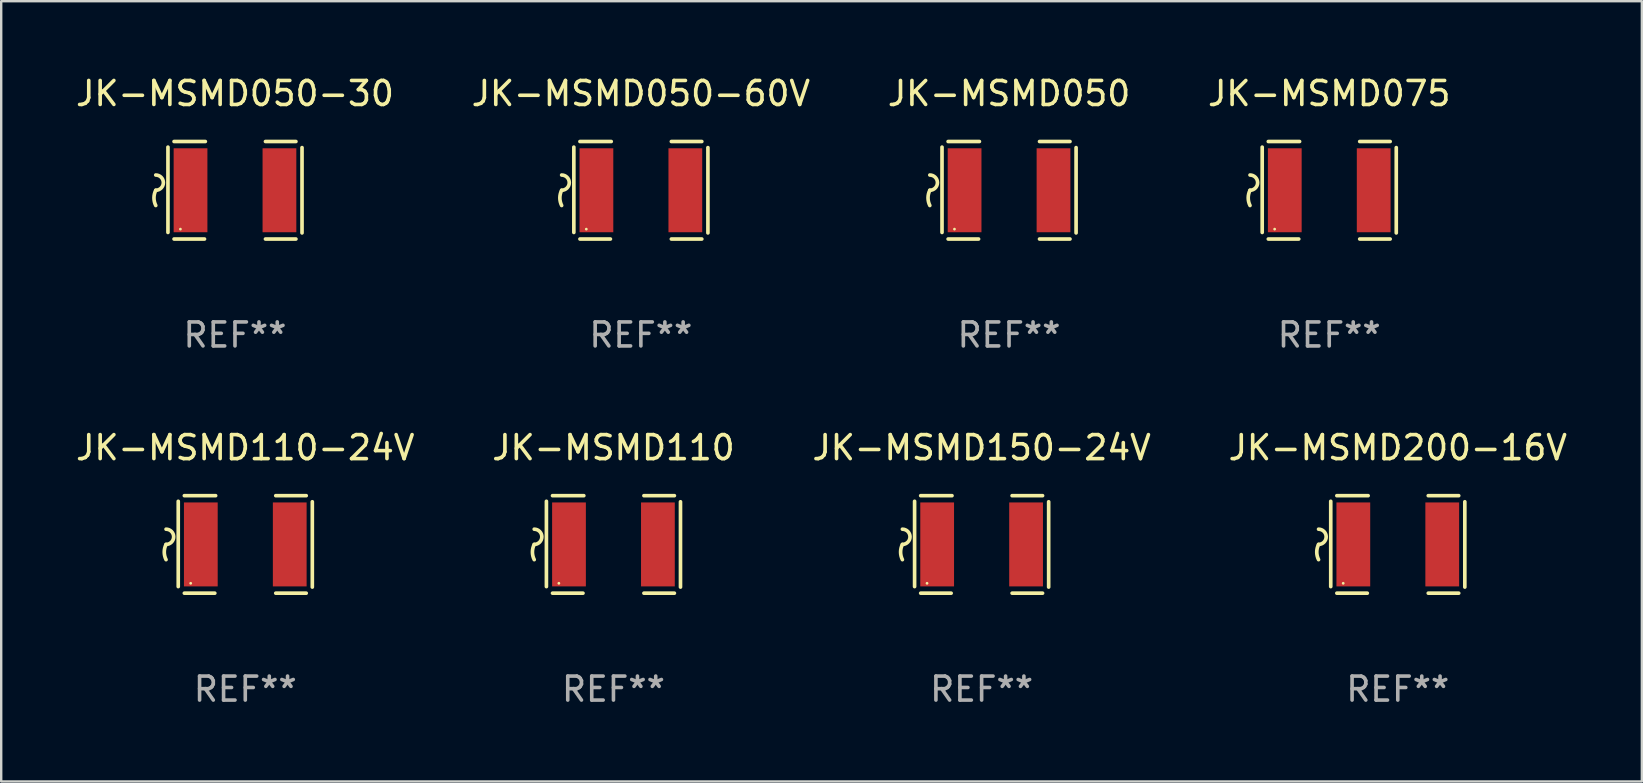
<source format=kicad_pcb>
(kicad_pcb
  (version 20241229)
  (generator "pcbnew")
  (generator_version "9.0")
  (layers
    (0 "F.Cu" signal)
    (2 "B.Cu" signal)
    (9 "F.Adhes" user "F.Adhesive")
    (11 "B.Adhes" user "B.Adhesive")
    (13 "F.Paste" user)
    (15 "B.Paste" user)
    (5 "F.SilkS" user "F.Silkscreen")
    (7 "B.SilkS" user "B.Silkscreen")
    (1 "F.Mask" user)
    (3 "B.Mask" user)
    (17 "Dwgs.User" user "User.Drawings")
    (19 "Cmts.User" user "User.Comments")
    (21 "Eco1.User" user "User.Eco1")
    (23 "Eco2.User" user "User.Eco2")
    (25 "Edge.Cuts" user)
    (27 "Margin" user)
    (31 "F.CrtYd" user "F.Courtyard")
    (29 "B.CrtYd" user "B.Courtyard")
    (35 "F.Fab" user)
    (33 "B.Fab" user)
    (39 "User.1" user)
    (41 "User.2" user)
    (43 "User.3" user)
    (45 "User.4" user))
  (footprint "JK-MSMD075"
    (layer "F.Cu")
    (at 52.351 4.88)
    (property "Reference" "JK-MSMD075" (at 0 -4.032 0) (layer "F.SilkS") (effects (font (size 1 1) (thickness 0.15))))
    (attr through_hole)
    (fp_line (start -2.794 -1.798) (end -2.794 1.758) (stroke (width 0.152) (type solid)) (layer "F.SilkS"))
    (fp_line (start -2.54 -2.032) (end -1.235 -2.032) (stroke (width 0.152) (type solid)) (layer "F.SilkS"))
    (fp_line (start -1.27 2.032) (end -2.54 2.032) (stroke (width 0.152) (type solid)) (layer "F.SilkS"))
    (fp_line (start 1.27 2.032) (end 2.54 2.032) (stroke (width 0.152) (type solid)) (layer "F.SilkS"))
    (fp_line (start 2.54 -2.032) (end 1.27 -2.032) (stroke (width 0.152) (type solid)) (layer "F.SilkS"))
    (fp_line (start 2.794 -1.778) (end 2.794 1.778) (stroke (width 0.152) (type solid)) (layer "F.SilkS"))
    (fp_arc (start -3.302007 -0.635002) (mid -2.984506 -0.317501) (end -3.302007 0) (stroke (width 0.151994) (type solid)) (layer "F.SilkS"))
    (fp_arc (start -3.302007 0.635002) (mid -3.376959 0.317501) (end -3.302007 0) (stroke (width 0.151994) (type solid)) (layer "F.SilkS"))
    (fp_circle (center -2.275 1.62) (end -2.245 1.62) (stroke (width 0.06) (type solid)) (fill no) (layer "F.SilkS"))
    (fp_text user "REF**" (at 0 6.032 0) (layer "F.Fab") (effects (font (size 1 1) (thickness 0.15))))
    (pad "1" smd rect (at -1.853 0) (size 1.407 3.499) (layers "F.Cu" "F.Mask" "F.Paste"))
    (pad "2" smd rect (at 1.853 0) (size 1.407 3.499) (layers "F.Cu" "F.Mask" "F.Paste")))
  (footprint "JK-MSMD050"
    (layer "F.Cu")
    (at 39.006 4.88)
    (property "Reference" "JK-MSMD050" (at 0 -4.032 0) (layer "F.SilkS") (effects (font (size 1 1) (thickness 0.15))))
    (attr through_hole)
    (fp_line (start -2.794 -1.798) (end -2.794 1.758) (stroke (width 0.152) (type solid)) (layer "F.SilkS"))
    (fp_line (start -2.54 -2.032) (end -1.235 -2.032) (stroke (width 0.152) (type solid)) (layer "F.SilkS"))
    (fp_line (start -1.27 2.032) (end -2.54 2.032) (stroke (width 0.152) (type solid)) (layer "F.SilkS"))
    (fp_line (start 1.27 2.032) (end 2.54 2.032) (stroke (width 0.152) (type solid)) (layer "F.SilkS"))
    (fp_line (start 2.54 -2.032) (end 1.27 -2.032) (stroke (width 0.152) (type solid)) (layer "F.SilkS"))
    (fp_line (start 2.794 -1.778) (end 2.794 1.778) (stroke (width 0.152) (type solid)) (layer "F.SilkS"))
    (fp_arc (start -3.302007 -0.635002) (mid -2.984506 -0.317501) (end -3.302007 0) (stroke (width 0.151994) (type solid)) (layer "F.SilkS"))
    (fp_arc (start -3.302007 0.635002) (mid -3.376959 0.317501) (end -3.302007 0) (stroke (width 0.151994) (type solid)) (layer "F.SilkS"))
    (fp_circle (center -2.275 1.62) (end -2.245 1.62) (stroke (width 0.06) (type solid)) (fill no) (layer "F.SilkS"))
    (fp_text user "REF**" (at 0 6.032 0) (layer "F.Fab") (effects (font (size 1 1) (thickness 0.15))))
    (pad "1" smd rect (at -1.853 0) (size 1.407 3.499) (layers "F.Cu" "F.Mask" "F.Paste"))
    (pad "2" smd rect (at 1.853 0) (size 1.407 3.499) (layers "F.Cu" "F.Mask" "F.Paste")))
  (footprint "JK-MSMD150-24V"
    (layer "F.Cu")
    (at 37.863 19.641)
    (property "Reference" "JK-MSMD150-24V" (at 0 -4.032 0) (layer "F.SilkS") (effects (font (size 1 1) (thickness 0.15))))
    (attr through_hole)
    (fp_line (start -2.794 -1.798) (end -2.794 1.758) (stroke (width 0.152) (type solid)) (layer "F.SilkS"))
    (fp_line (start -2.54 -2.032) (end -1.235 -2.032) (stroke (width 0.152) (type solid)) (layer "F.SilkS"))
    (fp_line (start -1.27 2.032) (end -2.54 2.032) (stroke (width 0.152) (type solid)) (layer "F.SilkS"))
    (fp_line (start 1.27 2.032) (end 2.54 2.032) (stroke (width 0.152) (type solid)) (layer "F.SilkS"))
    (fp_line (start 2.54 -2.032) (end 1.27 -2.032) (stroke (width 0.152) (type solid)) (layer "F.SilkS"))
    (fp_line (start 2.794 -1.778) (end 2.794 1.778) (stroke (width 0.152) (type solid)) (layer "F.SilkS"))
    (fp_arc (start -3.302007 -0.635002) (mid -2.984506 -0.317501) (end -3.302007 0) (stroke (width 0.151994) (type solid)) (layer "F.SilkS"))
    (fp_arc (start -3.302007 0.635002) (mid -3.376959 0.317501) (end -3.302007 0) (stroke (width 0.151994) (type solid)) (layer "F.SilkS"))
    (fp_circle (center -2.275 1.62) (end -2.245 1.62) (stroke (width 0.06) (type solid)) (fill no) (layer "F.SilkS"))
    (fp_text user "REF**" (at 0 6.032 0) (layer "F.Fab") (effects (font (size 1 1) (thickness 0.15))))
    (pad "1" smd rect (at -1.853 0) (size 1.407 3.499) (layers "F.Cu" "F.Mask" "F.Paste"))
    (pad "2" smd rect (at 1.853 0) (size 1.407 3.499) (layers "F.Cu" "F.Mask" "F.Paste")))
  (footprint "JK-MSMD200-16V"
    (layer "F.Cu")
    (at 55.208 19.641)
    (property "Reference" "JK-MSMD200-16V" (at 0 -4.032 0) (layer "F.SilkS") (effects (font (size 1 1) (thickness 0.15))))
    (attr through_hole)
    (fp_line (start -2.794 -1.798) (end -2.794 1.758) (stroke (width 0.152) (type solid)) (layer "F.SilkS"))
    (fp_line (start -2.54 -2.032) (end -1.235 -2.032) (stroke (width 0.152) (type solid)) (layer "F.SilkS"))
    (fp_line (start -1.27 2.032) (end -2.54 2.032) (stroke (width 0.152) (type solid)) (layer "F.SilkS"))
    (fp_line (start 1.27 2.032) (end 2.54 2.032) (stroke (width 0.152) (type solid)) (layer "F.SilkS"))
    (fp_line (start 2.54 -2.032) (end 1.27 -2.032) (stroke (width 0.152) (type solid)) (layer "F.SilkS"))
    (fp_line (start 2.794 -1.778) (end 2.794 1.778) (stroke (width 0.152) (type solid)) (layer "F.SilkS"))
    (fp_arc (start -3.302007 -0.635002) (mid -2.984506 -0.317501) (end -3.302007 0) (stroke (width 0.151994) (type solid)) (layer "F.SilkS"))
    (fp_arc (start -3.302007 0.635002) (mid -3.376959 0.317501) (end -3.302007 0) (stroke (width 0.151994) (type solid)) (layer "F.SilkS"))
    (fp_circle (center -2.275 1.62) (end -2.245 1.62) (stroke (width 0.06) (type solid)) (fill no) (layer "F.SilkS"))
    (fp_text user "REF**" (at 0 6.032 0) (layer "F.Fab") (effects (font (size 1 1) (thickness 0.15))))
    (pad "1" smd rect (at -1.853 0) (size 1.407 3.499) (layers "F.Cu" "F.Mask" "F.Paste"))
    (pad "2" smd rect (at 1.853 0) (size 1.407 3.499) (layers "F.Cu" "F.Mask" "F.Paste")))
  (footprint "JK-MSMD110-24V"
    (layer "F.Cu")
    (at 7.173 19.641)
    (property "Reference" "JK-MSMD110-24V" (at 0 -4.032 0) (layer "F.SilkS") (effects (font (size 1 1) (thickness 0.15))))
    (attr through_hole)
    (fp_line (start -2.794 -1.798) (end -2.794 1.758) (stroke (width 0.152) (type solid)) (layer "F.SilkS"))
    (fp_line (start -2.54 -2.032) (end -1.235 -2.032) (stroke (width 0.152) (type solid)) (layer "F.SilkS"))
    (fp_line (start -1.27 2.032) (end -2.54 2.032) (stroke (width 0.152) (type solid)) (layer "F.SilkS"))
    (fp_line (start 1.27 2.032) (end 2.54 2.032) (stroke (width 0.152) (type solid)) (layer "F.SilkS"))
    (fp_line (start 2.54 -2.032) (end 1.27 -2.032) (stroke (width 0.152) (type solid)) (layer "F.SilkS"))
    (fp_line (start 2.794 -1.778) (end 2.794 1.778) (stroke (width 0.152) (type solid)) (layer "F.SilkS"))
    (fp_arc (start -3.302007 -0.635002) (mid -2.984506 -0.317501) (end -3.302007 0) (stroke (width 0.151994) (type solid)) (layer "F.SilkS"))
    (fp_arc (start -3.302007 0.635002) (mid -3.376959 0.317501) (end -3.302007 0) (stroke (width 0.151994) (type solid)) (layer "F.SilkS"))
    (fp_circle (center -2.275 1.62) (end -2.245 1.62) (stroke (width 0.06) (type solid)) (fill no) (layer "F.SilkS"))
    (fp_text user "REF**" (at 0 6.032 0) (layer "F.Fab") (effects (font (size 1 1) (thickness 0.15))))
    (pad "1" smd rect (at -1.853 0) (size 1.407 3.499) (layers "F.Cu" "F.Mask" "F.Paste"))
    (pad "2" smd rect (at 1.853 0) (size 1.407 3.499) (layers "F.Cu" "F.Mask" "F.Paste")))
  (footprint "JK-MSMD050-30"
    (layer "F.Cu")
    (at 6.744 4.88)
    (property "Reference" "JK-MSMD050-30" (at 0 -4.032 0) (layer "F.SilkS") (effects (font (size 1 1) (thickness 0.15))))
    (attr through_hole)
    (fp_line (start -2.794 -1.798) (end -2.794 1.758) (stroke (width 0.152) (type solid)) (layer "F.SilkS"))
    (fp_line (start -2.54 -2.032) (end -1.235 -2.032) (stroke (width 0.152) (type solid)) (layer "F.SilkS"))
    (fp_line (start -1.27 2.032) (end -2.54 2.032) (stroke (width 0.152) (type solid)) (layer "F.SilkS"))
    (fp_line (start 1.27 2.032) (end 2.54 2.032) (stroke (width 0.152) (type solid)) (layer "F.SilkS"))
    (fp_line (start 2.54 -2.032) (end 1.27 -2.032) (stroke (width 0.152) (type solid)) (layer "F.SilkS"))
    (fp_line (start 2.794 -1.778) (end 2.794 1.778) (stroke (width 0.152) (type solid)) (layer "F.SilkS"))
    (fp_arc (start -3.302007 -0.635002) (mid -2.984506 -0.317501) (end -3.302007 0) (stroke (width 0.151994) (type solid)) (layer "F.SilkS"))
    (fp_arc (start -3.302007 0.635002) (mid -3.376959 0.317501) (end -3.302007 0) (stroke (width 0.151994) (type solid)) (layer "F.SilkS"))
    (fp_circle (center -2.275 1.62) (end -2.245 1.62) (stroke (width 0.06) (type solid)) (fill no) (layer "F.SilkS"))
    (fp_text user "REF**" (at 0 6.032 0) (layer "F.Fab") (effects (font (size 1 1) (thickness 0.15))))
    (pad "1" smd rect (at -1.853 0) (size 1.407 3.499) (layers "F.Cu" "F.Mask" "F.Paste"))
    (pad "2" smd rect (at 1.853 0) (size 1.407 3.499) (layers "F.Cu" "F.Mask" "F.Paste")))
  (footprint "JK-MSMD050-60V"
    (layer "F.Cu")
    (at 23.661 4.88)
    (property "Reference" "JK-MSMD050-60V" (at 0 -4.032 0) (layer "F.SilkS") (effects (font (size 1 1) (thickness 0.15))))
    (attr through_hole)
    (fp_line (start -2.794 -1.798) (end -2.794 1.758) (stroke (width 0.152) (type solid)) (layer "F.SilkS"))
    (fp_line (start -2.54 -2.032) (end -1.235 -2.032) (stroke (width 0.152) (type solid)) (layer "F.SilkS"))
    (fp_line (start -1.27 2.032) (end -2.54 2.032) (stroke (width 0.152) (type solid)) (layer "F.SilkS"))
    (fp_line (start 1.27 2.032) (end 2.54 2.032) (stroke (width 0.152) (type solid)) (layer "F.SilkS"))
    (fp_line (start 2.54 -2.032) (end 1.27 -2.032) (stroke (width 0.152) (type solid)) (layer "F.SilkS"))
    (fp_line (start 2.794 -1.778) (end 2.794 1.778) (stroke (width 0.152) (type solid)) (layer "F.SilkS"))
    (fp_arc (start -3.302007 -0.635002) (mid -2.984506 -0.317501) (end -3.302007 0) (stroke (width 0.151994) (type solid)) (layer "F.SilkS"))
    (fp_arc (start -3.302007 0.635002) (mid -3.376959 0.317501) (end -3.302007 0) (stroke (width 0.151994) (type solid)) (layer "F.SilkS"))
    (fp_circle (center -2.275 1.62) (end -2.245 1.62) (stroke (width 0.06) (type solid)) (fill no) (layer "F.SilkS"))
    (fp_text user "REF**" (at 0 6.032 0) (layer "F.Fab") (effects (font (size 1 1) (thickness 0.15))))
    (pad "1" smd rect (at -1.853 0) (size 1.407 3.499) (layers "F.Cu" "F.Mask" "F.Paste"))
    (pad "2" smd rect (at 1.853 0) (size 1.407 3.499) (layers "F.Cu" "F.Mask" "F.Paste")))
  (footprint "JK-MSMD110"
    (layer "F.Cu")
    (at 22.518 19.641)
    (property "Reference" "JK-MSMD110" (at 0 -4.032 0) (layer "F.SilkS") (effects (font (size 1 1) (thickness 0.15))))
    (attr through_hole)
    (fp_line (start -2.794 -1.798) (end -2.794 1.758) (stroke (width 0.152) (type solid)) (layer "F.SilkS"))
    (fp_line (start -2.54 -2.032) (end -1.235 -2.032) (stroke (width 0.152) (type solid)) (layer "F.SilkS"))
    (fp_line (start -1.27 2.032) (end -2.54 2.032) (stroke (width 0.152) (type solid)) (layer "F.SilkS"))
    (fp_line (start 1.27 2.032) (end 2.54 2.032) (stroke (width 0.152) (type solid)) (layer "F.SilkS"))
    (fp_line (start 2.54 -2.032) (end 1.27 -2.032) (stroke (width 0.152) (type solid)) (layer "F.SilkS"))
    (fp_line (start 2.794 -1.778) (end 2.794 1.778) (stroke (width 0.152) (type solid)) (layer "F.SilkS"))
    (fp_arc (start -3.302007 -0.635002) (mid -2.984506 -0.317501) (end -3.302007 0) (stroke (width 0.151994) (type solid)) (layer "F.SilkS"))
    (fp_arc (start -3.302007 0.635002) (mid -3.376959 0.317501) (end -3.302007 0) (stroke (width 0.151994) (type solid)) (layer "F.SilkS"))
    (fp_circle (center -2.275 1.62) (end -2.245 1.62) (stroke (width 0.06) (type solid)) (fill no) (layer "F.SilkS"))
    (fp_text user "REF**" (at 0 6.032 0) (layer "F.Fab") (effects (font (size 1 1) (thickness 0.15))))
    (pad "1" smd rect (at -1.853 0) (size 1.407 3.499) (layers "F.Cu" "F.Mask" "F.Paste"))
    (pad "2" smd rect (at 1.853 0) (size 1.407 3.499) (layers "F.Cu" "F.Mask" "F.Paste")))
  (gr_rect
    (start -3 -3)
    (end 65.381 29.521)
    (stroke (width 0.1) (type default))
    (fill no)
    (layer "Edge.Cuts")))
</source>
